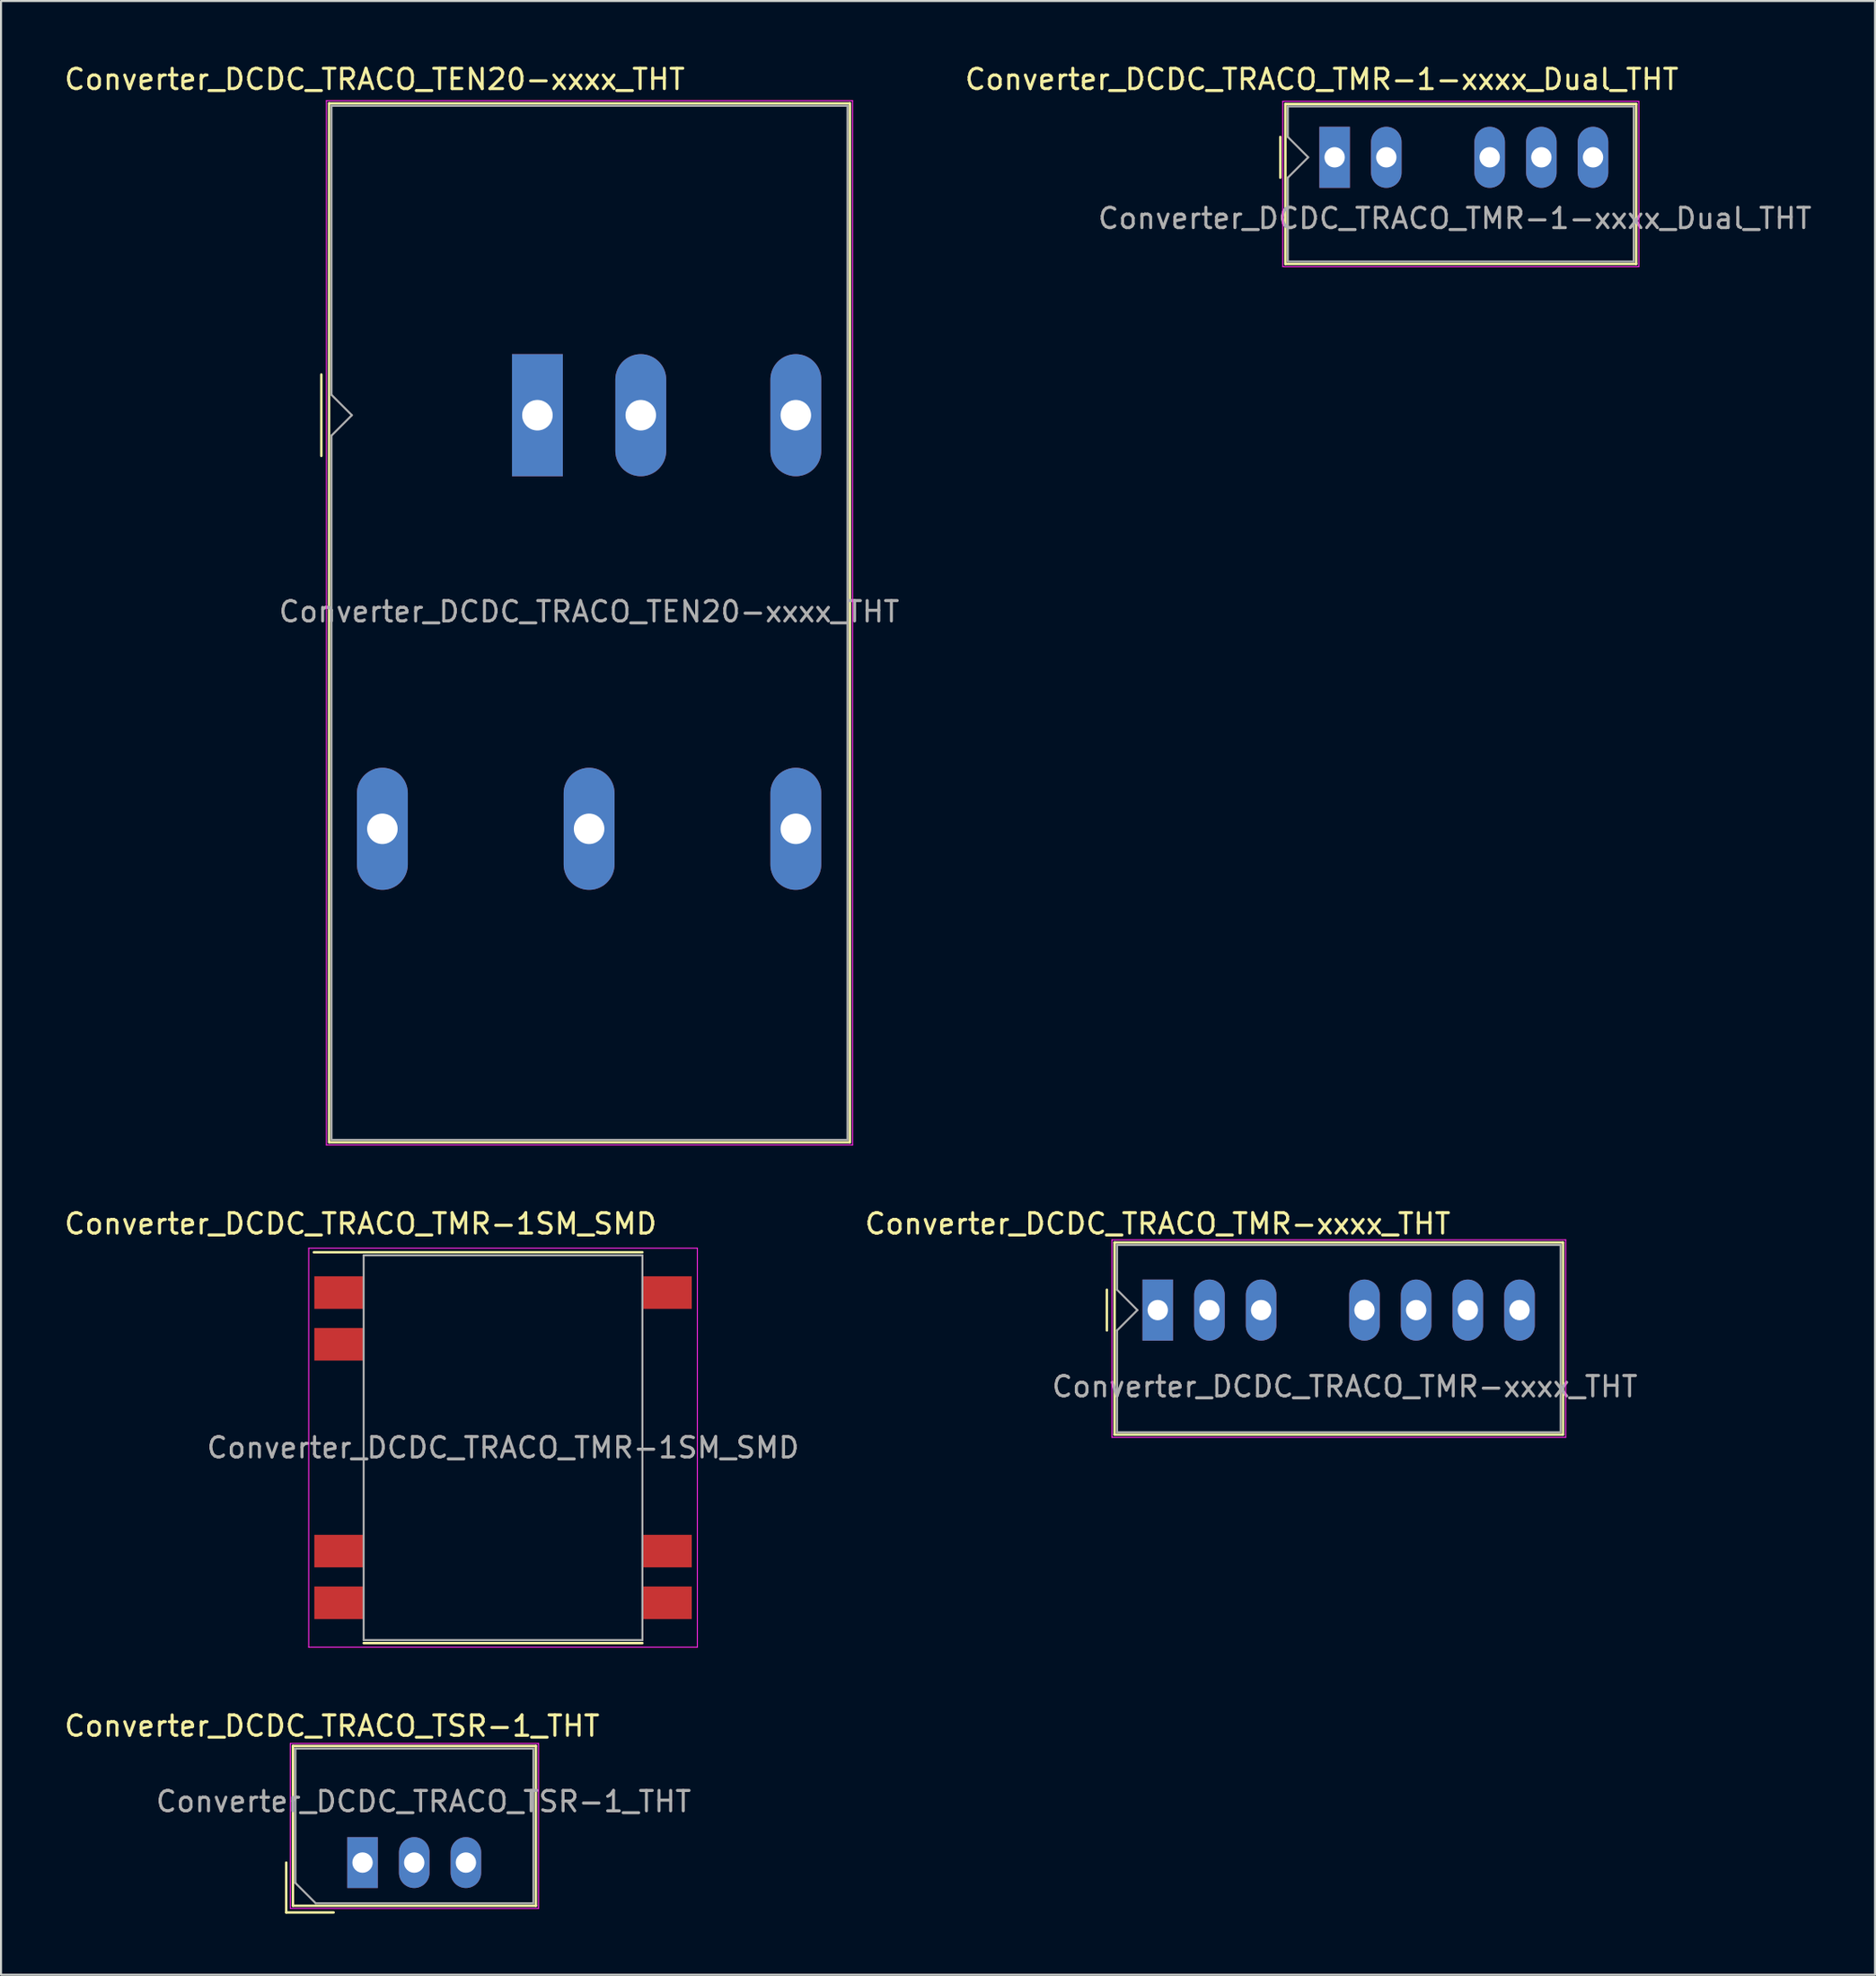
<source format=kicad_pcb>
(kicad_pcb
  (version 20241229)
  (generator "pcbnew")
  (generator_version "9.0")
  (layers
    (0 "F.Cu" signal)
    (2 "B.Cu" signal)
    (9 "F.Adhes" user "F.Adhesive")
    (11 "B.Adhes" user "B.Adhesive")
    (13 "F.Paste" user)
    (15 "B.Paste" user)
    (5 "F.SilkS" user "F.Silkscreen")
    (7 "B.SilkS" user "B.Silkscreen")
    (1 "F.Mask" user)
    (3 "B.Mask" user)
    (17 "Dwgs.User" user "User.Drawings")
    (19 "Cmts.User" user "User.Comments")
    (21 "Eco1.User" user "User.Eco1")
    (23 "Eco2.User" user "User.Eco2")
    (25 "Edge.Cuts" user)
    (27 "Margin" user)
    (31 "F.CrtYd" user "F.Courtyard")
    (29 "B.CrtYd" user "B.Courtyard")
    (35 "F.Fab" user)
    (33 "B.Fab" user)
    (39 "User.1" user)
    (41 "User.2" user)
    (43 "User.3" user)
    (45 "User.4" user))
  (footprint "Converter_DCDC_TRACO_TSR-1_THT"
    (layer "F.Cu")
    (at 14.768 88.455)
    (property "Reference" "Converter_DCDC_TRACO_TSR-1_THT" (at -1.5 -6.71 0) (layer "F.SilkS") (effects (font (size 1 1) (thickness 0.15))))
    (attr through_hole)
    (fp_line (start -3.75 0) (end -3.75 2.45) (stroke (width 0.12) (type solid)) (layer "F.SilkS"))
    (fp_line (start -3.75 2.45) (end -1.42 2.45) (stroke (width 0.12) (type solid)) (layer "F.SilkS"))
    (fp_line (start -3.42 -5.73) (end 8.52 -5.73) (stroke (width 0.12) (type solid)) (layer "F.SilkS"))
    (fp_line (start -3.42 2.12) (end -3.42 -5.73) (stroke (width 0.12) (type solid)) (layer "F.SilkS"))
    (fp_line (start 8.52 -5.73) (end 8.52 2.12) (stroke (width 0.12) (type solid)) (layer "F.SilkS"))
    (fp_line (start 8.52 2.12) (end -3.42 2.12) (stroke (width 0.12) (type solid)) (layer "F.SilkS"))
    (fp_line (start -3.55 -5.85) (end 8.65 -5.85) (stroke (width 0.05) (type solid)) (layer "F.CrtYd"))
    (fp_line (start -3.55 2.25) (end -3.55 -5.85) (stroke (width 0.05) (type solid)) (layer "F.CrtYd"))
    (fp_line (start 8.65 -5.85) (end 8.65 2.25) (stroke (width 0.05) (type solid)) (layer "F.CrtYd"))
    (fp_line (start 8.65 2.25) (end -3.55 2.25) (stroke (width 0.05) (type solid)) (layer "F.CrtYd"))
    (fp_line (start -3.3 -5.6) (end 8.4 -5.6) (stroke (width 0.1) (type solid)) (layer "F.Fab"))
    (fp_line (start -3.3 1) (end -3.3 -5.6) (stroke (width 0.1) (type solid)) (layer "F.Fab"))
    (fp_line (start -3.3 1) (end -2.3 2) (stroke (width 0.1) (type solid)) (layer "F.Fab"))
    (fp_line (start -2.3 2) (end 8.4 2) (stroke (width 0.1) (type solid)) (layer "F.Fab"))
    (fp_line (start 8.4 2) (end 8.4 -5.6) (stroke (width 0.1) (type solid)) (layer "F.Fab"))
    (fp_text user "${REFERENCE}" (at 3 -3 0) (layer "F.Fab") (effects (font (size 1 1) (thickness 0.15))))
    (pad "1" thru_hole rect (at 0 0) (size 1.5 2.5) (drill 1) (layers "*.Cu" "*.Mask"))
    (pad "2" thru_hole oval (at 2.54 0) (size 1.5 2.5) (drill 1) (layers "*.Cu" "*.Mask"))
    (pad "3" thru_hole oval (at 5.08 0) (size 1.5 2.5) (drill 1) (layers "*.Cu" "*.Mask")))
  (footprint "Converter_DCDC_TRACO_TMR-xxxx_THT"
    (layer "F.Cu")
    (at 53.851 61.312)
    (property "Reference" "Converter_DCDC_TRACO_TMR-xxxx_THT" (at 0 -4.24 0) (layer "F.SilkS") (effects (font (size 1 1) (thickness 0.15))))
    (attr through_hole)
    (fp_line (start -2.5 -1) (end -2.5 1) (stroke (width 0.12) (type solid)) (layer "F.SilkS"))
    (fp_line (start -2.12 -3.32) (end 19.92 -3.32) (stroke (width 0.12) (type solid)) (layer "F.SilkS"))
    (fp_line (start -2.12 6.12) (end -2.12 -3.32) (stroke (width 0.12) (type solid)) (layer "F.SilkS"))
    (fp_line (start 19.92 -3.32) (end 19.92 6.12) (stroke (width 0.12) (type solid)) (layer "F.SilkS"))
    (fp_line (start 19.92 6.12) (end -2.12 6.12) (stroke (width 0.12) (type solid)) (layer "F.SilkS"))
    (fp_line (start -2.25 -3.45) (end -2.25 6.25) (stroke (width 0.05) (type solid)) (layer "F.CrtYd"))
    (fp_line (start -2.25 -3.45) (end 20.05 -3.45) (stroke (width 0.05) (type solid)) (layer "F.CrtYd"))
    (fp_line (start -2.25 6.25) (end 20.05 6.25) (stroke (width 0.05) (type solid)) (layer "F.CrtYd"))
    (fp_line (start 20.05 -3.45) (end 20.05 6.25) (stroke (width 0.05) (type solid)) (layer "F.CrtYd"))
    (fp_line (start -2 -3.2) (end -2 -1) (stroke (width 0.1) (type solid)) (layer "F.Fab"))
    (fp_line (start -2 -1) (end -1 0) (stroke (width 0.1) (type solid)) (layer "F.Fab"))
    (fp_line (start -2 1) (end -2 6) (stroke (width 0.1) (type solid)) (layer "F.Fab"))
    (fp_line (start -2 1) (end -1 0) (stroke (width 0.1) (type solid)) (layer "F.Fab"))
    (fp_line (start 19.8 -3.2) (end -2 -3.2) (stroke (width 0.1) (type solid)) (layer "F.Fab"))
    (fp_line (start 19.8 -3.2) (end 19.8 6) (stroke (width 0.1) (type solid)) (layer "F.Fab"))
    (fp_line (start 19.8 6) (end -2 6) (stroke (width 0.1) (type solid)) (layer "F.Fab"))
    (fp_text user "${REFERENCE}" (at 9.19 3.76 0) (layer "F.Fab") (effects (font (size 1 1) (thickness 0.15))))
    (pad "1" thru_hole rect (at 0 0) (size 1.5 3) (drill 1) (layers "*.Cu" "*.Mask"))
    (pad "2" thru_hole oval (at 2.54 0) (size 1.5 3) (drill 1) (layers "*.Cu" "*.Mask"))
    (pad "3" thru_hole oval (at 5.08 0) (size 1.5 3) (drill 1) (layers "*.Cu" "*.Mask"))
    (pad "5" thru_hole oval (at 10.16 0) (size 1.5 3) (drill 1) (layers "*.Cu" "*.Mask"))
    (pad "6" thru_hole oval (at 12.7 0) (size 1.5 3) (drill 1) (layers "*.Cu" "*.Mask"))
    (pad "7" thru_hole oval (at 15.24 0) (size 1.5 3) (drill 1) (layers "*.Cu" "*.Mask"))
    (pad "8" thru_hole oval (at 17.78 0) (size 1.5 3) (drill 1) (layers "*.Cu" "*.Mask")))
  (footprint "Converter_DCDC_TRACO_TMR-1-xxxx_Dual_THT"
    (layer "F.Cu")
    (at 62.545 4.678)
    (property "Reference" "Converter_DCDC_TRACO_TMR-1-xxxx_Dual_THT" (at -0.63 -3.83 0) (layer "F.SilkS") (effects (font (size 1 1) (thickness 0.15))))
    (attr through_hole)
    (fp_line (start -2.67 -1) (end -2.67 1) (stroke (width 0.12) (type solid)) (layer "F.SilkS"))
    (fp_line (start -2.42 -2.62) (end 14.82 -2.62) (stroke (width 0.12) (type solid)) (layer "F.SilkS"))
    (fp_line (start -2.42 5.24) (end -2.42 -2.62) (stroke (width 0.12) (type solid)) (layer "F.SilkS"))
    (fp_line (start 14.82 -2.62) (end 14.82 5.24) (stroke (width 0.12) (type solid)) (layer "F.SilkS"))
    (fp_line (start 14.82 5.24) (end -2.42 5.24) (stroke (width 0.12) (type solid)) (layer "F.SilkS"))
    (fp_line (start -2.55 -2.75) (end -2.55 5.37) (stroke (width 0.05) (type solid)) (layer "F.CrtYd"))
    (fp_line (start -2.55 -2.75) (end 14.95 -2.75) (stroke (width 0.05) (type solid)) (layer "F.CrtYd"))
    (fp_line (start -2.55 5.37) (end 14.95 5.37) (stroke (width 0.05) (type solid)) (layer "F.CrtYd"))
    (fp_line (start 14.95 -2.75) (end 14.95 5.37) (stroke (width 0.05) (type solid)) (layer "F.CrtYd"))
    (fp_line (start -2.3 -1) (end -2.3 -2.5) (stroke (width 0.1) (type solid)) (layer "F.Fab"))
    (fp_line (start -2.3 -1) (end -1.3 0) (stroke (width 0.1) (type solid)) (layer "F.Fab"))
    (fp_line (start -2.3 1) (end -2.3 5.12) (stroke (width 0.1) (type solid)) (layer "F.Fab"))
    (fp_line (start -1.3 0) (end -2.3 1) (stroke (width 0.1) (type solid)) (layer "F.Fab"))
    (fp_line (start 14.7 -2.5) (end -2.3 -2.5) (stroke (width 0.1) (type solid)) (layer "F.Fab"))
    (fp_line (start 14.7 -2.5) (end 14.7 5.12) (stroke (width 0.1) (type solid)) (layer "F.Fab"))
    (fp_line (start 14.7 5.12) (end -2.3 5.12) (stroke (width 0.1) (type solid)) (layer "F.Fab"))
    (fp_text user "${REFERENCE}" (at 5.91 3 0) (layer "F.Fab") (effects (font (size 1 1) (thickness 0.15))))
    (pad "1" thru_hole rect (at 0 0) (size 1.5 3) (drill 1) (layers "*.Cu" "*.Mask"))
    (pad "2" thru_hole oval (at 2.54 0) (size 1.5 3) (drill 1) (layers "*.Cu" "*.Mask"))
    (pad "4" thru_hole oval (at 7.62 0) (size 1.5 3) (drill 1) (layers "*.Cu" "*.Mask"))
    (pad "5" thru_hole oval (at 10.16 0) (size 1.5 3) (drill 1) (layers "*.Cu" "*.Mask"))
    (pad "6" thru_hole oval (at 12.7 0) (size 1.5 3) (drill 1) (layers "*.Cu" "*.Mask")))
  (footprint "Converter_DCDC_TRACO_TEN20-xxxx_THT"
    (layer "F.Cu")
    (at 23.363 17.348)
    (property "Reference" "Converter_DCDC_TRACO_TEN20-xxxx_THT" (at -8 -16.5 180) (layer "F.SilkS") (effects (font (size 1 1) (thickness 0.15))))
    (attr through_hole)
    (fp_line (start -10.62 -2) (end -10.62 2) (stroke (width 0.12) (type solid)) (layer "F.SilkS"))
    (fp_line (start -10.24 -15.32) (end 15.36 -15.32) (stroke (width 0.12) (type solid)) (layer "F.SilkS"))
    (fp_line (start -10.24 35.72) (end -10.24 -15.32) (stroke (width 0.12) (type solid)) (layer "F.SilkS"))
    (fp_line (start 15.36 -15.32) (end 15.36 35.72) (stroke (width 0.12) (type solid)) (layer "F.SilkS"))
    (fp_line (start 15.36 35.72) (end -10.24 35.72) (stroke (width 0.12) (type solid)) (layer "F.SilkS"))
    (fp_line (start -10.37 -15.45) (end 15.49 -15.45) (stroke (width 0.05) (type solid)) (layer "F.CrtYd"))
    (fp_line (start -10.37 35.85) (end -10.37 -15.45) (stroke (width 0.05) (type solid)) (layer "F.CrtYd"))
    (fp_line (start -10.37 35.85) (end 15.49 35.85) (stroke (width 0.05) (type solid)) (layer "F.CrtYd"))
    (fp_line (start 15.49 35.85) (end 15.49 -15.45) (stroke (width 0.05) (type solid)) (layer "F.CrtYd"))
    (fp_line (start -10.12 -1) (end -10.12 -15.2) (stroke (width 0.1) (type solid)) (layer "F.Fab"))
    (fp_line (start -10.12 1) (end -10.12 35.6) (stroke (width 0.1) (type solid)) (layer "F.Fab"))
    (fp_line (start -10.12 1) (end -9.12 0) (stroke (width 0.1) (type solid)) (layer "F.Fab"))
    (fp_line (start -10.12 35.6) (end 15.24 35.6) (stroke (width 0.1) (type solid)) (layer "F.Fab"))
    (fp_line (start -9.12 0) (end -10.12 -1) (stroke (width 0.1) (type solid)) (layer "F.Fab"))
    (fp_line (start 15.24 -15.2) (end -10.12 -15.2) (stroke (width 0.1) (type solid)) (layer "F.Fab"))
    (fp_line (start 15.24 35.6) (end 15.24 -15.2) (stroke (width 0.1) (type solid)) (layer "F.Fab"))
    (fp_text user "${REFERENCE}" (at 2.54 9.652 0) (layer "F.Fab") (effects (font (size 1 1) (thickness 0.15))))
    (pad "1" thru_hole rect (at 0 0 90) (size 6 2.5) (drill 1.5) (layers "*.Cu" "*.Mask"))
    (pad "2" thru_hole oval (at 5.08 0 90) (size 6 2.5) (drill 1.5) (layers "*.Cu" "*.Mask"))
    (pad "3" thru_hole oval (at -7.62 20.32 90) (size 6 2.5) (drill 1.5) (layers "*.Cu" "*.Mask"))
    (pad "4" thru_hole oval (at 2.54 20.32 90) (size 6 2.5) (drill 1.5) (layers "*.Cu" "*.Mask"))
    (pad "5" thru_hole oval (at 12.7 20.32 90) (size 6 2.5) (drill 1.5) (layers "*.Cu" "*.Mask"))
    (pad "6" thru_hole oval (at 12.7 0 90) (size 6 2.5) (drill 1.5) (layers "*.Cu" "*.Mask")))
  (footprint "Converter_DCDC_TRACO_TMR-1SM_SMD"
    (layer "F.Cu")
    (at 21.673 68.072)
    (property "Reference" "Converter_DCDC_TRACO_TMR-1SM_SMD" (at -7 -11 0) (layer "F.SilkS") (effects (font (size 1 1) (thickness 0.15))))
    (attr smd)
    (fp_line (start -9.3 -9.6) (end 6.85 -9.6) (stroke (width 0.12) (type solid)) (layer "F.SilkS"))
    (fp_line (start -6.85 9.6) (end 6.85 9.6) (stroke (width 0.12) (type solid)) (layer "F.SilkS"))
    (fp_line (start -9.55 -9.8) (end -9.55 9.8) (stroke (width 0.05) (type solid)) (layer "F.CrtYd"))
    (fp_line (start -9.55 -9.8) (end 9.55 -9.8) (stroke (width 0.05) (type solid)) (layer "F.CrtYd"))
    (fp_line (start -9.55 9.8) (end 9.55 9.8) (stroke (width 0.05) (type solid)) (layer "F.CrtYd"))
    (fp_line (start 9.55 -9.8) (end 9.55 9.8) (stroke (width 0.05) (type solid)) (layer "F.CrtYd"))
    (fp_line (start -6.85 -9.45) (end -6.85 9.45) (stroke (width 0.1) (type solid)) (layer "F.Fab"))
    (fp_line (start 6.85 -9.45) (end -6.85 -9.45) (stroke (width 0.1) (type solid)) (layer "F.Fab"))
    (fp_line (start 6.85 -9.45) (end 6.85 9.45) (stroke (width 0.1) (type solid)) (layer "F.Fab"))
    (fp_line (start 6.85 9.45) (end -6.85 9.45) (stroke (width 0.1) (type solid)) (layer "F.Fab"))
    (fp_text user "${REFERENCE}" (at 0 0 180) (layer "F.Fab") (effects (font (size 1 1) (thickness 0.15))))
    (pad "1" smd rect (at -8.075 -7.62) (size 2.4 1.6) (layers "F.Cu" "F.Mask" "F.Paste"))
    (pad "2" smd rect (at -8.075 -5.08) (size 2.4 1.6) (layers "F.Cu" "F.Mask" "F.Paste"))
    (pad "6" smd rect (at -8.075 5.08) (size 2.4 1.6) (layers "F.Cu" "F.Mask" "F.Paste"))
    (pad "7" smd rect (at -8.075 7.62) (size 2.4 1.6) (layers "F.Cu" "F.Mask" "F.Paste"))
    (pad "8" smd rect (at 8.075 7.62) (size 2.4 1.6) (layers "F.Cu" "F.Mask" "F.Paste"))
    (pad "9" smd rect (at 8.075 5.08) (size 2.4 1.6) (layers "F.Cu" "F.Mask" "F.Paste"))
    (pad "14" smd rect (at 8.075 -7.62) (size 2.4 1.6) (layers "F.Cu" "F.Mask" "F.Paste")))
  (gr_rect
    (start -3 -3)
    (end 89.104 93.965)
    (stroke (width 0.1) (type default))
    (fill no)
    (layer "Edge.Cuts")))
</source>
